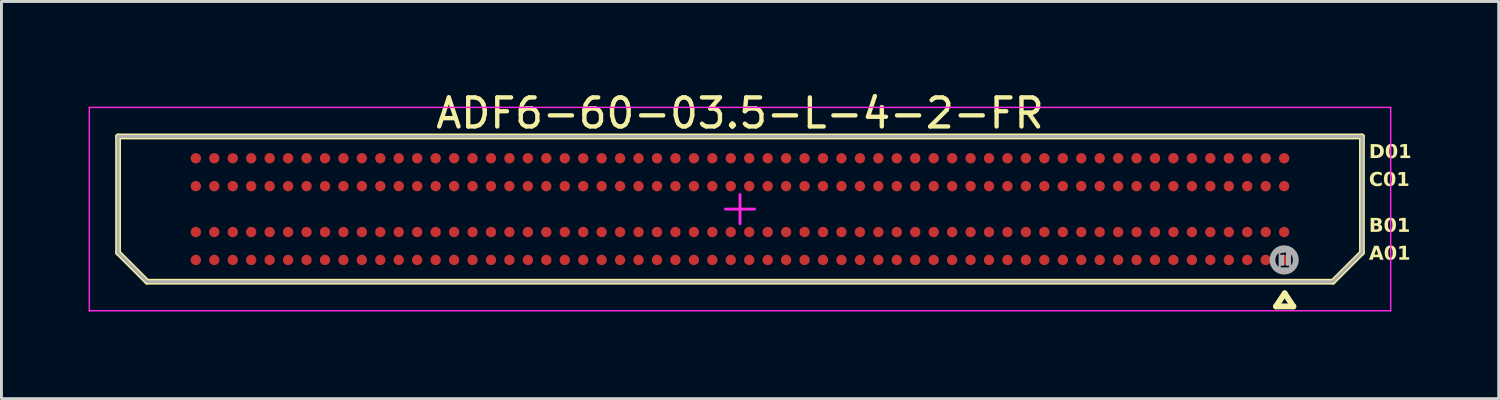
<source format=kicad_pcb>
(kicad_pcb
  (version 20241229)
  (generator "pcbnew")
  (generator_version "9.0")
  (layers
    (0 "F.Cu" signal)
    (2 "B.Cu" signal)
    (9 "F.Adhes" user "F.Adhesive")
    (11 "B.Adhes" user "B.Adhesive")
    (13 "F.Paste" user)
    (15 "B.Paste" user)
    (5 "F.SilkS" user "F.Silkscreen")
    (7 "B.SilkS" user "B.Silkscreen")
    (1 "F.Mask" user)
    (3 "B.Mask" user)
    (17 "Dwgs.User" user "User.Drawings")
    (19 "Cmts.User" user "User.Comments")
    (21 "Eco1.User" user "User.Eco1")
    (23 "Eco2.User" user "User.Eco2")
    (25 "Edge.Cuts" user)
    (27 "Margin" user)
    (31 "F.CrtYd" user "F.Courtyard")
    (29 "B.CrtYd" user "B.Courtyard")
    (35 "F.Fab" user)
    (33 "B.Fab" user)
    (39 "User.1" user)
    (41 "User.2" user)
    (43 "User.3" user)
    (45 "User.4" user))
  (footprint "ADF6-60-03.5-L-4-2-FR"
    (layer "F.Cu")
    (at 22.425 4.148)
    (property "Reference" "ADF6-60-03.5-L-4-2-FR" (at 0 -3.3 0) (layer "F.SilkS") (effects (font (size 1 1) (thickness 0.15))))
    (fp_line (start -21.41 -2.5) (end 21.41 -2.5) (stroke (width 0.2) (type solid)) (layer "F.SilkS"))
    (fp_line (start -21.41 1.5) (end -21.41 -2.5) (stroke (width 0.2) (type solid)) (layer "F.SilkS"))
    (fp_line (start -21.41 1.5) (end -20.41 2.5) (stroke (width 0.2) (type solid)) (layer "F.SilkS"))
    (fp_line (start -20.41 2.5) (end 20.41 2.5) (stroke (width 0.2) (type solid)) (layer "F.SilkS"))
    (fp_line (start 18.45 3.35) (end 18.75 2.9) (stroke (width 0.2) (type solid)) (layer "F.SilkS"))
    (fp_line (start 18.45 3.35) (end 19.05 3.35) (stroke (width 0.2) (type solid)) (layer "F.SilkS"))
    (fp_line (start 18.75 2.9) (end 19.05 3.35) (stroke (width 0.2) (type solid)) (layer "F.SilkS"))
    (fp_line (start 20.41 2.5) (end 21.41 1.5) (stroke (width 0.2) (type solid)) (layer "F.SilkS"))
    (fp_line (start 21.41 1.5) (end 21.41 -2.5) (stroke (width 0.2) (type solid)) (layer "F.SilkS"))
    (fp_line (start -22.4 -3.5) (end 22.4 -3.5) (stroke (width 0.05) (type solid)) (layer "F.CrtYd"))
    (fp_line (start -22.4 3.5) (end -22.4 -3.5) (stroke (width 0.05) (type solid)) (layer "F.CrtYd"))
    (fp_line (start -22.4 3.5) (end 22.4 3.5) (stroke (width 0.05) (type solid)) (layer "F.CrtYd"))
    (fp_line (start -0.5 0) (end 0.5 0) (stroke (width 0.1) (type solid)) (layer "F.CrtYd"))
    (fp_line (start 0 0.5) (end 0 -0.5) (stroke (width 0.1) (type solid)) (layer "F.CrtYd"))
    (fp_line (start 22.4 3.5) (end 22.4 -3.5) (stroke (width 0.05) (type solid)) (layer "F.CrtYd"))
    (fp_line (start -21.41 -2.5) (end 21.41 -2.5) (stroke (width 0.1) (type solid)) (layer "F.Fab"))
    (fp_line (start -21.41 1.5) (end -21.41 -2.5) (stroke (width 0.1) (type solid)) (layer "F.Fab"))
    (fp_line (start -21.41 1.5) (end -20.41 2.5) (stroke (width 0.1) (type solid)) (layer "F.Fab"))
    (fp_line (start -20.41 2.5) (end 20.41 2.5) (stroke (width 0.1) (type solid)) (layer "F.Fab"))
    (fp_line (start 20.41 2.5) (end 21.41 1.5) (stroke (width 0.1) (type solid)) (layer "F.Fab"))
    (fp_line (start 21.41 1.5) (end 21.41 -2.5) (stroke (width 0.1) (type solid)) (layer "F.Fab"))
    (fp_circle (center 18.732 1.75) (end 18.732 1.347) (stroke (width 0.2) (type solid)) (fill no) (layer "F.Fab"))
    (fp_text user "A01" (at 21.65 1.824 0) (unlocked yes) (layer "F.SilkS") (effects (font (face "Arial Black") (size 0.472 0.472) (thickness 0.1)) (justify left bottom)))
    (fp_text user "D01" (at 21.65 -1.676 0) (unlocked yes) (layer "F.SilkS") (effects (font (face "Arial Black") (size 0.472 0.472) (thickness 0.1)) (justify left bottom)))
    (fp_text user "C01" (at 21.65 -0.716 0) (unlocked yes) (layer "F.SilkS") (effects (font (face "Arial Black") (size 0.472 0.472) (thickness 0.1)) (justify left bottom)))
    (fp_text user "B01" (at 21.65 0.864 0) (unlocked yes) (layer "F.SilkS") (effects (font (face "Arial Black") (size 0.472 0.472) (thickness 0.1)) (justify left bottom)))
    (fp_text user "1" (at 18.75 1.8 0) (unlocked yes) (layer "F.Fab" knockout) (effects (font (face "Arial") (size 0.5 0.5) (thickness 0.254))))
    (pad "A01" smd circle (at 18.733 1.75) (size 0.356 0.356) (layers "F.Cu" "F.Mask" "F.Paste"))
    (pad "A02" smd circle (at 18.098 1.75) (size 0.356 0.356) (layers "F.Cu" "F.Mask" "F.Paste"))
    (pad "A03" smd circle (at 17.462 1.75) (size 0.356 0.356) (layers "F.Cu" "F.Mask" "F.Paste"))
    (pad "A04" smd circle (at 16.828 1.75) (size 0.356 0.356) (layers "F.Cu" "F.Mask" "F.Paste"))
    (pad "A05" smd circle (at 16.192 1.75) (size 0.356 0.356) (layers "F.Cu" "F.Mask" "F.Paste"))
    (pad "A06" smd circle (at 15.557 1.75) (size 0.356 0.356) (layers "F.Cu" "F.Mask" "F.Paste"))
    (pad "A07" smd circle (at 14.922 1.75) (size 0.356 0.356) (layers "F.Cu" "F.Mask" "F.Paste"))
    (pad "A08" smd circle (at 14.287 1.75) (size 0.356 0.356) (layers "F.Cu" "F.Mask" "F.Paste"))
    (pad "A09" smd circle (at 13.652 1.75) (size 0.356 0.356) (layers "F.Cu" "F.Mask" "F.Paste"))
    (pad "A10" smd circle (at 13.018 1.75) (size 0.356 0.356) (layers "F.Cu" "F.Mask" "F.Paste"))
    (pad "A11" smd circle (at 12.383 1.75) (size 0.356 0.356) (layers "F.Cu" "F.Mask" "F.Paste"))
    (pad "A12" smd circle (at 11.748 1.75) (size 0.356 0.356) (layers "F.Cu" "F.Mask" "F.Paste"))
    (pad "A13" smd circle (at 11.113 1.75) (size 0.356 0.356) (layers "F.Cu" "F.Mask" "F.Paste"))
    (pad "A14" smd circle (at 10.477 1.75) (size 0.356 0.356) (layers "F.Cu" "F.Mask" "F.Paste"))
    (pad "A15" smd circle (at 9.842 1.75) (size 0.356 0.356) (layers "F.Cu" "F.Mask" "F.Paste"))
    (pad "A16" smd circle (at 9.207 1.75) (size 0.356 0.356) (layers "F.Cu" "F.Mask" "F.Paste"))
    (pad "A17" smd circle (at 8.572 1.75) (size 0.356 0.356) (layers "F.Cu" "F.Mask" "F.Paste"))
    (pad "A18" smd circle (at 7.938 1.75) (size 0.356 0.356) (layers "F.Cu" "F.Mask" "F.Paste"))
    (pad "A19" smd circle (at 7.303 1.75) (size 0.356 0.356) (layers "F.Cu" "F.Mask" "F.Paste"))
    (pad "A20" smd circle (at 6.668 1.75) (size 0.356 0.356) (layers "F.Cu" "F.Mask" "F.Paste"))
    (pad "A21" smd circle (at 6.032 1.75) (size 0.356 0.356) (layers "F.Cu" "F.Mask" "F.Paste"))
    (pad "A22" smd circle (at 5.397 1.75) (size 0.356 0.356) (layers "F.Cu" "F.Mask" "F.Paste"))
    (pad "A23" smd circle (at 4.763 1.75) (size 0.356 0.356) (layers "F.Cu" "F.Mask" "F.Paste"))
    (pad "A24" smd circle (at 4.128 1.75) (size 0.356 0.356) (layers "F.Cu" "F.Mask" "F.Paste"))
    (pad "A25" smd circle (at 3.493 1.75) (size 0.356 0.356) (layers "F.Cu" "F.Mask" "F.Paste"))
    (pad "A26" smd circle (at 2.857 1.75) (size 0.356 0.356) (layers "F.Cu" "F.Mask" "F.Paste"))
    (pad "A27" smd circle (at 2.223 1.75) (size 0.356 0.356) (layers "F.Cu" "F.Mask" "F.Paste"))
    (pad "A28" smd circle (at 1.587 1.75) (size 0.356 0.356) (layers "F.Cu" "F.Mask" "F.Paste"))
    (pad "A29" smd circle (at 0.953 1.75) (size 0.356 0.356) (layers "F.Cu" "F.Mask" "F.Paste"))
    (pad "A30" smd circle (at 0.318 1.75) (size 0.356 0.356) (layers "F.Cu" "F.Mask" "F.Paste"))
    (pad "A31" smd circle (at -0.318 1.75) (size 0.356 0.356) (layers "F.Cu" "F.Mask" "F.Paste"))
    (pad "A32" smd circle (at -0.953 1.75) (size 0.356 0.356) (layers "F.Cu" "F.Mask" "F.Paste"))
    (pad "A33" smd circle (at -1.587 1.75) (size 0.356 0.356) (layers "F.Cu" "F.Mask" "F.Paste"))
    (pad "A34" smd circle (at -2.223 1.75) (size 0.356 0.356) (layers "F.Cu" "F.Mask" "F.Paste"))
    (pad "A35" smd circle (at -2.857 1.75) (size 0.356 0.356) (layers "F.Cu" "F.Mask" "F.Paste"))
    (pad "A36" smd circle (at -3.493 1.75) (size 0.356 0.356) (layers "F.Cu" "F.Mask" "F.Paste"))
    (pad "A37" smd circle (at -4.128 1.75) (size 0.356 0.356) (layers "F.Cu" "F.Mask" "F.Paste"))
    (pad "A38" smd circle (at -4.763 1.75) (size 0.356 0.356) (layers "F.Cu" "F.Mask" "F.Paste"))
    (pad "A39" smd circle (at -5.397 1.75) (size 0.356 0.356) (layers "F.Cu" "F.Mask" "F.Paste"))
    (pad "A40" smd circle (at -6.032 1.75) (size 0.356 0.356) (layers "F.Cu" "F.Mask" "F.Paste"))
    (pad "A41" smd circle (at -6.668 1.75) (size 0.356 0.356) (layers "F.Cu" "F.Mask" "F.Paste"))
    (pad "A42" smd circle (at -7.303 1.75) (size 0.356 0.356) (layers "F.Cu" "F.Mask" "F.Paste"))
    (pad "A43" smd circle (at -7.938 1.75) (size 0.356 0.356) (layers "F.Cu" "F.Mask" "F.Paste"))
    (pad "A44" smd circle (at -8.572 1.75) (size 0.356 0.356) (layers "F.Cu" "F.Mask" "F.Paste"))
    (pad "A45" smd circle (at -9.207 1.75) (size 0.356 0.356) (layers "F.Cu" "F.Mask" "F.Paste"))
    (pad "A46" smd circle (at -9.842 1.75) (size 0.356 0.356) (layers "F.Cu" "F.Mask" "F.Paste"))
    (pad "A47" smd circle (at -10.477 1.75) (size 0.356 0.356) (layers "F.Cu" "F.Mask" "F.Paste"))
    (pad "A48" smd circle (at -11.113 1.75) (size 0.356 0.356) (layers "F.Cu" "F.Mask" "F.Paste"))
    (pad "A49" smd circle (at -11.748 1.75) (size 0.356 0.356) (layers "F.Cu" "F.Mask" "F.Paste"))
    (pad "A50" smd circle (at -12.383 1.75) (size 0.356 0.356) (layers "F.Cu" "F.Mask" "F.Paste"))
    (pad "A51" smd circle (at -13.018 1.75) (size 0.356 0.356) (layers "F.Cu" "F.Mask" "F.Paste"))
    (pad "A52" smd circle (at -13.652 1.75) (size 0.356 0.356) (layers "F.Cu" "F.Mask" "F.Paste"))
    (pad "A53" smd circle (at -14.287 1.75) (size 0.356 0.356) (layers "F.Cu" "F.Mask" "F.Paste"))
    (pad "A54" smd circle (at -14.922 1.75) (size 0.356 0.356) (layers "F.Cu" "F.Mask" "F.Paste"))
    (pad "A55" smd circle (at -15.557 1.75) (size 0.356 0.356) (layers "F.Cu" "F.Mask" "F.Paste"))
    (pad "A56" smd circle (at -16.192 1.75) (size 0.356 0.356) (layers "F.Cu" "F.Mask" "F.Paste"))
    (pad "A57" smd circle (at -16.828 1.75) (size 0.356 0.356) (layers "F.Cu" "F.Mask" "F.Paste"))
    (pad "A58" smd circle (at -17.462 1.75) (size 0.356 0.356) (layers "F.Cu" "F.Mask" "F.Paste"))
    (pad "A59" smd circle (at -18.098 1.75) (size 0.356 0.356) (layers "F.Cu" "F.Mask" "F.Paste"))
    (pad "A60" smd circle (at -18.733 1.75) (size 0.356 0.356) (layers "F.Cu" "F.Mask" "F.Paste"))
    (pad "B01" smd circle (at 18.733 0.79) (size 0.356 0.356) (layers "F.Cu" "F.Mask" "F.Paste"))
    (pad "B02" smd circle (at 18.098 0.79) (size 0.356 0.356) (layers "F.Cu" "F.Mask" "F.Paste"))
    (pad "B03" smd circle (at 17.462 0.79) (size 0.356 0.356) (layers "F.Cu" "F.Mask" "F.Paste"))
    (pad "B04" smd circle (at 16.828 0.79) (size 0.356 0.356) (layers "F.Cu" "F.Mask" "F.Paste"))
    (pad "B05" smd circle (at 16.192 0.79) (size 0.356 0.356) (layers "F.Cu" "F.Mask" "F.Paste"))
    (pad "B06" smd circle (at 15.557 0.79) (size 0.356 0.356) (layers "F.Cu" "F.Mask" "F.Paste"))
    (pad "B07" smd circle (at 14.922 0.79) (size 0.356 0.356) (layers "F.Cu" "F.Mask" "F.Paste"))
    (pad "B08" smd circle (at 14.287 0.79) (size 0.356 0.356) (layers "F.Cu" "F.Mask" "F.Paste"))
    (pad "B09" smd circle (at 13.652 0.79) (size 0.356 0.356) (layers "F.Cu" "F.Mask" "F.Paste"))
    (pad "B10" smd circle (at 13.018 0.79) (size 0.356 0.356) (layers "F.Cu" "F.Mask" "F.Paste"))
    (pad "B11" smd circle (at 12.383 0.79) (size 0.356 0.356) (layers "F.Cu" "F.Mask" "F.Paste"))
    (pad "B12" smd circle (at 11.748 0.79) (size 0.356 0.356) (layers "F.Cu" "F.Mask" "F.Paste"))
    (pad "B13" smd circle (at 11.113 0.79) (size 0.356 0.356) (layers "F.Cu" "F.Mask" "F.Paste"))
    (pad "B14" smd circle (at 10.477 0.79) (size 0.356 0.356) (layers "F.Cu" "F.Mask" "F.Paste"))
    (pad "B15" smd circle (at 9.842 0.79) (size 0.356 0.356) (layers "F.Cu" "F.Mask" "F.Paste"))
    (pad "B16" smd circle (at 9.207 0.79) (size 0.356 0.356) (layers "F.Cu" "F.Mask" "F.Paste"))
    (pad "B17" smd circle (at 8.572 0.79) (size 0.356 0.356) (layers "F.Cu" "F.Mask" "F.Paste"))
    (pad "B18" smd circle (at 7.938 0.79) (size 0.356 0.356) (layers "F.Cu" "F.Mask" "F.Paste"))
    (pad "B19" smd circle (at 7.303 0.79) (size 0.356 0.356) (layers "F.Cu" "F.Mask" "F.Paste"))
    (pad "B20" smd circle (at 6.668 0.79) (size 0.356 0.356) (layers "F.Cu" "F.Mask" "F.Paste"))
    (pad "B21" smd circle (at 6.032 0.79) (size 0.356 0.356) (layers "F.Cu" "F.Mask" "F.Paste"))
    (pad "B22" smd circle (at 5.397 0.79) (size 0.356 0.356) (layers "F.Cu" "F.Mask" "F.Paste"))
    (pad "B23" smd circle (at 4.763 0.79) (size 0.356 0.356) (layers "F.Cu" "F.Mask" "F.Paste"))
    (pad "B24" smd circle (at 4.128 0.79) (size 0.356 0.356) (layers "F.Cu" "F.Mask" "F.Paste"))
    (pad "B25" smd circle (at 3.493 0.79) (size 0.356 0.356) (layers "F.Cu" "F.Mask" "F.Paste"))
    (pad "B26" smd circle (at 2.857 0.79) (size 0.356 0.356) (layers "F.Cu" "F.Mask" "F.Paste"))
    (pad "B27" smd circle (at 2.223 0.79) (size 0.356 0.356) (layers "F.Cu" "F.Mask" "F.Paste"))
    (pad "B28" smd circle (at 1.587 0.79) (size 0.356 0.356) (layers "F.Cu" "F.Mask" "F.Paste"))
    (pad "B29" smd circle (at 0.953 0.79) (size 0.356 0.356) (layers "F.Cu" "F.Mask" "F.Paste"))
    (pad "B30" smd circle (at 0.318 0.79) (size 0.356 0.356) (layers "F.Cu" "F.Mask" "F.Paste"))
    (pad "B31" smd circle (at -0.318 0.79) (size 0.356 0.356) (layers "F.Cu" "F.Mask" "F.Paste"))
    (pad "B32" smd circle (at -0.953 0.79) (size 0.356 0.356) (layers "F.Cu" "F.Mask" "F.Paste"))
    (pad "B33" smd circle (at -1.587 0.79) (size 0.356 0.356) (layers "F.Cu" "F.Mask" "F.Paste"))
    (pad "B34" smd circle (at -2.223 0.79) (size 0.356 0.356) (layers "F.Cu" "F.Mask" "F.Paste"))
    (pad "B35" smd circle (at -2.857 0.79) (size 0.356 0.356) (layers "F.Cu" "F.Mask" "F.Paste"))
    (pad "B36" smd circle (at -3.493 0.79) (size 0.356 0.356) (layers "F.Cu" "F.Mask" "F.Paste"))
    (pad "B37" smd circle (at -4.128 0.79) (size 0.356 0.356) (layers "F.Cu" "F.Mask" "F.Paste"))
    (pad "B38" smd circle (at -4.763 0.79) (size 0.356 0.356) (layers "F.Cu" "F.Mask" "F.Paste"))
    (pad "B39" smd circle (at -5.397 0.79) (size 0.356 0.356) (layers "F.Cu" "F.Mask" "F.Paste"))
    (pad "B40" smd circle (at -6.032 0.79) (size 0.356 0.356) (layers "F.Cu" "F.Mask" "F.Paste"))
    (pad "B41" smd circle (at -6.668 0.79) (size 0.356 0.356) (layers "F.Cu" "F.Mask" "F.Paste"))
    (pad "B42" smd circle (at -7.303 0.79) (size 0.356 0.356) (layers "F.Cu" "F.Mask" "F.Paste"))
    (pad "B43" smd circle (at -7.938 0.79) (size 0.356 0.356) (layers "F.Cu" "F.Mask" "F.Paste"))
    (pad "B44" smd circle (at -8.572 0.79) (size 0.356 0.356) (layers "F.Cu" "F.Mask" "F.Paste"))
    (pad "B45" smd circle (at -9.207 0.79) (size 0.356 0.356) (layers "F.Cu" "F.Mask" "F.Paste"))
    (pad "B46" smd circle (at -9.842 0.79) (size 0.356 0.356) (layers "F.Cu" "F.Mask" "F.Paste"))
    (pad "B47" smd circle (at -10.477 0.79) (size 0.356 0.356) (layers "F.Cu" "F.Mask" "F.Paste"))
    (pad "B48" smd circle (at -11.113 0.79) (size 0.356 0.356) (layers "F.Cu" "F.Mask" "F.Paste"))
    (pad "B49" smd circle (at -11.748 0.79) (size 0.356 0.356) (layers "F.Cu" "F.Mask" "F.Paste"))
    (pad "B50" smd circle (at -12.383 0.79) (size 0.356 0.356) (layers "F.Cu" "F.Mask" "F.Paste"))
    (pad "B51" smd circle (at -13.018 0.79) (size 0.356 0.356) (layers "F.Cu" "F.Mask" "F.Paste"))
    (pad "B52" smd circle (at -13.652 0.79) (size 0.356 0.356) (layers "F.Cu" "F.Mask" "F.Paste"))
    (pad "B53" smd circle (at -14.287 0.79) (size 0.356 0.356) (layers "F.Cu" "F.Mask" "F.Paste"))
    (pad "B54" smd circle (at -14.922 0.79) (size 0.356 0.356) (layers "F.Cu" "F.Mask" "F.Paste"))
    (pad "B55" smd circle (at -15.557 0.79) (size 0.356 0.356) (layers "F.Cu" "F.Mask" "F.Paste"))
    (pad "B56" smd circle (at -16.192 0.79) (size 0.356 0.356) (layers "F.Cu" "F.Mask" "F.Paste"))
    (pad "B57" smd circle (at -16.828 0.79) (size 0.356 0.356) (layers "F.Cu" "F.Mask" "F.Paste"))
    (pad "B58" smd circle (at -17.462 0.79) (size 0.356 0.356) (layers "F.Cu" "F.Mask" "F.Paste"))
    (pad "B59" smd circle (at -18.098 0.79) (size 0.356 0.356) (layers "F.Cu" "F.Mask" "F.Paste"))
    (pad "B60" smd circle (at -18.733 0.79) (size 0.356 0.356) (layers "F.Cu" "F.Mask" "F.Paste"))
    (pad "C01" smd circle (at 18.733 -0.79) (size 0.356 0.356) (layers "F.Cu" "F.Mask" "F.Paste"))
    (pad "C02" smd circle (at 18.098 -0.79) (size 0.356 0.356) (layers "F.Cu" "F.Mask" "F.Paste"))
    (pad "C03" smd circle (at 17.462 -0.79) (size 0.356 0.356) (layers "F.Cu" "F.Mask" "F.Paste"))
    (pad "C04" smd circle (at 16.828 -0.79) (size 0.356 0.356) (layers "F.Cu" "F.Mask" "F.Paste"))
    (pad "C05" smd circle (at 16.192 -0.79) (size 0.356 0.356) (layers "F.Cu" "F.Mask" "F.Paste"))
    (pad "C06" smd circle (at 15.557 -0.79) (size 0.356 0.356) (layers "F.Cu" "F.Mask" "F.Paste"))
    (pad "C07" smd circle (at 14.922 -0.79) (size 0.356 0.356) (layers "F.Cu" "F.Mask" "F.Paste"))
    (pad "C08" smd circle (at 14.287 -0.79) (size 0.356 0.356) (layers "F.Cu" "F.Mask" "F.Paste"))
    (pad "C09" smd circle (at 13.652 -0.79) (size 0.356 0.356) (layers "F.Cu" "F.Mask" "F.Paste"))
    (pad "C10" smd circle (at 13.018 -0.79) (size 0.356 0.356) (layers "F.Cu" "F.Mask" "F.Paste"))
    (pad "C11" smd circle (at 12.383 -0.79) (size 0.356 0.356) (layers "F.Cu" "F.Mask" "F.Paste"))
    (pad "C12" smd circle (at 11.748 -0.79) (size 0.356 0.356) (layers "F.Cu" "F.Mask" "F.Paste"))
    (pad "C13" smd circle (at 11.113 -0.79) (size 0.356 0.356) (layers "F.Cu" "F.Mask" "F.Paste"))
    (pad "C14" smd circle (at 10.477 -0.79) (size 0.356 0.356) (layers "F.Cu" "F.Mask" "F.Paste"))
    (pad "C15" smd circle (at 9.842 -0.79) (size 0.356 0.356) (layers "F.Cu" "F.Mask" "F.Paste"))
    (pad "C16" smd circle (at 9.207 -0.79) (size 0.356 0.356) (layers "F.Cu" "F.Mask" "F.Paste"))
    (pad "C17" smd circle (at 8.572 -0.79) (size 0.356 0.356) (layers "F.Cu" "F.Mask" "F.Paste"))
    (pad "C18" smd circle (at 7.938 -0.79) (size 0.356 0.356) (layers "F.Cu" "F.Mask" "F.Paste"))
    (pad "C19" smd circle (at 7.303 -0.79) (size 0.356 0.356) (layers "F.Cu" "F.Mask" "F.Paste"))
    (pad "C20" smd circle (at 6.668 -0.79) (size 0.356 0.356) (layers "F.Cu" "F.Mask" "F.Paste"))
    (pad "C21" smd circle (at 6.032 -0.79) (size 0.356 0.356) (layers "F.Cu" "F.Mask" "F.Paste"))
    (pad "C22" smd circle (at 5.397 -0.79) (size 0.356 0.356) (layers "F.Cu" "F.Mask" "F.Paste"))
    (pad "C23" smd circle (at 4.763 -0.79) (size 0.356 0.356) (layers "F.Cu" "F.Mask" "F.Paste"))
    (pad "C24" smd circle (at 4.128 -0.79) (size 0.356 0.356) (layers "F.Cu" "F.Mask" "F.Paste"))
    (pad "C25" smd circle (at 3.493 -0.79) (size 0.356 0.356) (layers "F.Cu" "F.Mask" "F.Paste"))
    (pad "C26" smd circle (at 2.857 -0.79) (size 0.356 0.356) (layers "F.Cu" "F.Mask" "F.Paste"))
    (pad "C27" smd circle (at 2.223 -0.79) (size 0.356 0.356) (layers "F.Cu" "F.Mask" "F.Paste"))
    (pad "C28" smd circle (at 1.587 -0.79) (size 0.356 0.356) (layers "F.Cu" "F.Mask" "F.Paste"))
    (pad "C29" smd circle (at 0.953 -0.79) (size 0.356 0.356) (layers "F.Cu" "F.Mask" "F.Paste"))
    (pad "C30" smd circle (at 0.318 -0.79) (size 0.356 0.356) (layers "F.Cu" "F.Mask" "F.Paste"))
    (pad "C31" smd circle (at -0.318 -0.79) (size 0.356 0.356) (layers "F.Cu" "F.Mask" "F.Paste"))
    (pad "C32" smd circle (at -0.953 -0.79) (size 0.356 0.356) (layers "F.Cu" "F.Mask" "F.Paste"))
    (pad "C33" smd circle (at -1.587 -0.79) (size 0.356 0.356) (layers "F.Cu" "F.Mask" "F.Paste"))
    (pad "C34" smd circle (at -2.223 -0.79) (size 0.356 0.356) (layers "F.Cu" "F.Mask" "F.Paste"))
    (pad "C35" smd circle (at -2.857 -0.79) (size 0.356 0.356) (layers "F.Cu" "F.Mask" "F.Paste"))
    (pad "C36" smd circle (at -3.493 -0.79) (size 0.356 0.356) (layers "F.Cu" "F.Mask" "F.Paste"))
    (pad "C37" smd circle (at -4.128 -0.79) (size 0.356 0.356) (layers "F.Cu" "F.Mask" "F.Paste"))
    (pad "C38" smd circle (at -4.763 -0.79) (size 0.356 0.356) (layers "F.Cu" "F.Mask" "F.Paste"))
    (pad "C39" smd circle (at -5.397 -0.79) (size 0.356 0.356) (layers "F.Cu" "F.Mask" "F.Paste"))
    (pad "C40" smd circle (at -6.032 -0.79) (size 0.356 0.356) (layers "F.Cu" "F.Mask" "F.Paste"))
    (pad "C41" smd circle (at -6.668 -0.79) (size 0.356 0.356) (layers "F.Cu" "F.Mask" "F.Paste"))
    (pad "C42" smd circle (at -7.303 -0.79) (size 0.356 0.356) (layers "F.Cu" "F.Mask" "F.Paste"))
    (pad "C43" smd circle (at -7.938 -0.79) (size 0.356 0.356) (layers "F.Cu" "F.Mask" "F.Paste"))
    (pad "C44" smd circle (at -8.572 -0.79) (size 0.356 0.356) (layers "F.Cu" "F.Mask" "F.Paste"))
    (pad "C45" smd circle (at -9.207 -0.79) (size 0.356 0.356) (layers "F.Cu" "F.Mask" "F.Paste"))
    (pad "C46" smd circle (at -9.842 -0.79) (size 0.356 0.356) (layers "F.Cu" "F.Mask" "F.Paste"))
    (pad "C47" smd circle (at -10.477 -0.79) (size 0.356 0.356) (layers "F.Cu" "F.Mask" "F.Paste"))
    (pad "C48" smd circle (at -11.113 -0.79) (size 0.356 0.356) (layers "F.Cu" "F.Mask" "F.Paste"))
    (pad "C49" smd circle (at -11.748 -0.79) (size 0.356 0.356) (layers "F.Cu" "F.Mask" "F.Paste"))
    (pad "C50" smd circle (at -12.383 -0.79) (size 0.356 0.356) (layers "F.Cu" "F.Mask" "F.Paste"))
    (pad "C51" smd circle (at -13.018 -0.79) (size 0.356 0.356) (layers "F.Cu" "F.Mask" "F.Paste"))
    (pad "C52" smd circle (at -13.652 -0.79) (size 0.356 0.356) (layers "F.Cu" "F.Mask" "F.Paste"))
    (pad "C53" smd circle (at -14.287 -0.79) (size 0.356 0.356) (layers "F.Cu" "F.Mask" "F.Paste"))
    (pad "C54" smd circle (at -14.922 -0.79) (size 0.356 0.356) (layers "F.Cu" "F.Mask" "F.Paste"))
    (pad "C55" smd circle (at -15.557 -0.79) (size 0.356 0.356) (layers "F.Cu" "F.Mask" "F.Paste"))
    (pad "C56" smd circle (at -16.192 -0.79) (size 0.356 0.356) (layers "F.Cu" "F.Mask" "F.Paste"))
    (pad "C57" smd circle (at -16.828 -0.79) (size 0.356 0.356) (layers "F.Cu" "F.Mask" "F.Paste"))
    (pad "C58" smd circle (at -17.462 -0.79) (size 0.356 0.356) (layers "F.Cu" "F.Mask" "F.Paste"))
    (pad "C59" smd circle (at -18.098 -0.79) (size 0.356 0.356) (layers "F.Cu" "F.Mask" "F.Paste"))
    (pad "C60" smd circle (at -18.733 -0.79) (size 0.356 0.356) (layers "F.Cu" "F.Mask" "F.Paste"))
    (pad "D01" smd circle (at 18.733 -1.75) (size 0.356 0.356) (layers "F.Cu" "F.Mask" "F.Paste"))
    (pad "D02" smd circle (at 18.098 -1.75) (size 0.356 0.356) (layers "F.Cu" "F.Mask" "F.Paste"))
    (pad "D03" smd circle (at 17.462 -1.75) (size 0.356 0.356) (layers "F.Cu" "F.Mask" "F.Paste"))
    (pad "D04" smd circle (at 16.828 -1.75) (size 0.356 0.356) (layers "F.Cu" "F.Mask" "F.Paste"))
    (pad "D05" smd circle (at 16.192 -1.75) (size 0.356 0.356) (layers "F.Cu" "F.Mask" "F.Paste"))
    (pad "D06" smd circle (at 15.557 -1.75) (size 0.356 0.356) (layers "F.Cu" "F.Mask" "F.Paste"))
    (pad "D07" smd circle (at 14.922 -1.75) (size 0.356 0.356) (layers "F.Cu" "F.Mask" "F.Paste"))
    (pad "D08" smd circle (at 14.287 -1.75) (size 0.356 0.356) (layers "F.Cu" "F.Mask" "F.Paste"))
    (pad "D09" smd circle (at 13.652 -1.75) (size 0.356 0.356) (layers "F.Cu" "F.Mask" "F.Paste"))
    (pad "D10" smd circle (at 13.018 -1.75) (size 0.356 0.356) (layers "F.Cu" "F.Mask" "F.Paste"))
    (pad "D11" smd circle (at 12.383 -1.75) (size 0.356 0.356) (layers "F.Cu" "F.Mask" "F.Paste"))
    (pad "D12" smd circle (at 11.748 -1.75) (size 0.356 0.356) (layers "F.Cu" "F.Mask" "F.Paste"))
    (pad "D13" smd circle (at 11.113 -1.75) (size 0.356 0.356) (layers "F.Cu" "F.Mask" "F.Paste"))
    (pad "D14" smd circle (at 10.477 -1.75) (size 0.356 0.356) (layers "F.Cu" "F.Mask" "F.Paste"))
    (pad "D15" smd circle (at 9.842 -1.75) (size 0.356 0.356) (layers "F.Cu" "F.Mask" "F.Paste"))
    (pad "D16" smd circle (at 9.207 -1.75) (size 0.356 0.356) (layers "F.Cu" "F.Mask" "F.Paste"))
    (pad "D17" smd circle (at 8.572 -1.75) (size 0.356 0.356) (layers "F.Cu" "F.Mask" "F.Paste"))
    (pad "D18" smd circle (at 7.938 -1.75) (size 0.356 0.356) (layers "F.Cu" "F.Mask" "F.Paste"))
    (pad "D19" smd circle (at 7.303 -1.75) (size 0.356 0.356) (layers "F.Cu" "F.Mask" "F.Paste"))
    (pad "D20" smd circle (at 6.668 -1.75) (size 0.356 0.356) (layers "F.Cu" "F.Mask" "F.Paste"))
    (pad "D21" smd circle (at 6.032 -1.75) (size 0.356 0.356) (layers "F.Cu" "F.Mask" "F.Paste"))
    (pad "D22" smd circle (at 5.397 -1.75) (size 0.356 0.356) (layers "F.Cu" "F.Mask" "F.Paste"))
    (pad "D23" smd circle (at 4.763 -1.75) (size 0.356 0.356) (layers "F.Cu" "F.Mask" "F.Paste"))
    (pad "D24" smd circle (at 4.128 -1.75) (size 0.356 0.356) (layers "F.Cu" "F.Mask" "F.Paste"))
    (pad "D25" smd circle (at 3.493 -1.75) (size 0.356 0.356) (layers "F.Cu" "F.Mask" "F.Paste"))
    (pad "D26" smd circle (at 2.857 -1.75) (size 0.356 0.356) (layers "F.Cu" "F.Mask" "F.Paste"))
    (pad "D27" smd circle (at 2.223 -1.75) (size 0.356 0.356) (layers "F.Cu" "F.Mask" "F.Paste"))
    (pad "D28" smd circle (at 1.587 -1.75) (size 0.356 0.356) (layers "F.Cu" "F.Mask" "F.Paste"))
    (pad "D29" smd circle (at 0.953 -1.75) (size 0.356 0.356) (layers "F.Cu" "F.Mask" "F.Paste"))
    (pad "D30" smd circle (at 0.318 -1.75) (size 0.356 0.356) (layers "F.Cu" "F.Mask" "F.Paste"))
    (pad "D31" smd circle (at -0.318 -1.75) (size 0.356 0.356) (layers "F.Cu" "F.Mask" "F.Paste"))
    (pad "D32" smd circle (at -0.953 -1.75) (size 0.356 0.356) (layers "F.Cu" "F.Mask" "F.Paste"))
    (pad "D33" smd circle (at -1.587 -1.75) (size 0.356 0.356) (layers "F.Cu" "F.Mask" "F.Paste"))
    (pad "D34" smd circle (at -2.223 -1.75) (size 0.356 0.356) (layers "F.Cu" "F.Mask" "F.Paste"))
    (pad "D35" smd circle (at -2.857 -1.75) (size 0.356 0.356) (layers "F.Cu" "F.Mask" "F.Paste"))
    (pad "D36" smd circle (at -3.493 -1.75) (size 0.356 0.356) (layers "F.Cu" "F.Mask" "F.Paste"))
    (pad "D37" smd circle (at -4.128 -1.75) (size 0.356 0.356) (layers "F.Cu" "F.Mask" "F.Paste"))
    (pad "D38" smd circle (at -4.763 -1.75) (size 0.356 0.356) (layers "F.Cu" "F.Mask" "F.Paste"))
    (pad "D39" smd circle (at -5.397 -1.75) (size 0.356 0.356) (layers "F.Cu" "F.Mask" "F.Paste"))
    (pad "D40" smd circle (at -6.032 -1.75) (size 0.356 0.356) (layers "F.Cu" "F.Mask" "F.Paste"))
    (pad "D41" smd circle (at -6.668 -1.75) (size 0.356 0.356) (layers "F.Cu" "F.Mask" "F.Paste"))
    (pad "D42" smd circle (at -7.303 -1.75) (size 0.356 0.356) (layers "F.Cu" "F.Mask" "F.Paste"))
    (pad "D43" smd circle (at -7.938 -1.75) (size 0.356 0.356) (layers "F.Cu" "F.Mask" "F.Paste"))
    (pad "D44" smd circle (at -8.572 -1.75) (size 0.356 0.356) (layers "F.Cu" "F.Mask" "F.Paste"))
    (pad "D45" smd circle (at -9.207 -1.75) (size 0.356 0.356) (layers "F.Cu" "F.Mask" "F.Paste"))
    (pad "D46" smd circle (at -9.842 -1.75) (size 0.356 0.356) (layers "F.Cu" "F.Mask" "F.Paste"))
    (pad "D47" smd circle (at -10.477 -1.75) (size 0.356 0.356) (layers "F.Cu" "F.Mask" "F.Paste"))
    (pad "D48" smd circle (at -11.113 -1.75) (size 0.356 0.356) (layers "F.Cu" "F.Mask" "F.Paste"))
    (pad "D49" smd circle (at -11.748 -1.75) (size 0.356 0.356) (layers "F.Cu" "F.Mask" "F.Paste"))
    (pad "D50" smd circle (at -12.383 -1.75) (size 0.356 0.356) (layers "F.Cu" "F.Mask" "F.Paste"))
    (pad "D51" smd circle (at -13.018 -1.75) (size 0.356 0.356) (layers "F.Cu" "F.Mask" "F.Paste"))
    (pad "D52" smd circle (at -13.652 -1.75) (size 0.356 0.356) (layers "F.Cu" "F.Mask" "F.Paste"))
    (pad "D53" smd circle (at -14.287 -1.75) (size 0.356 0.356) (layers "F.Cu" "F.Mask" "F.Paste"))
    (pad "D54" smd circle (at -14.922 -1.75) (size 0.356 0.356) (layers "F.Cu" "F.Mask" "F.Paste"))
    (pad "D55" smd circle (at -15.557 -1.75) (size 0.356 0.356) (layers "F.Cu" "F.Mask" "F.Paste"))
    (pad "D56" smd circle (at -16.192 -1.75) (size 0.356 0.356) (layers "F.Cu" "F.Mask" "F.Paste"))
    (pad "D57" smd circle (at -16.828 -1.75) (size 0.356 0.356) (layers "F.Cu" "F.Mask" "F.Paste"))
    (pad "D58" smd circle (at -17.462 -1.75) (size 0.356 0.356) (layers "F.Cu" "F.Mask" "F.Paste"))
    (pad "D59" smd circle (at -18.098 -1.75) (size 0.356 0.356) (layers "F.Cu" "F.Mask" "F.Paste"))
    (pad "D60" smd circle (at -18.733 -1.75) (size 0.356 0.356) (layers "F.Cu" "F.Mask" "F.Paste")))
  (gr_rect
    (start -3 -3)
    (end 48.544 10.673)
    (stroke (width 0.1) (type default))
    (fill no)
    (layer "Edge.Cuts")))
</source>
